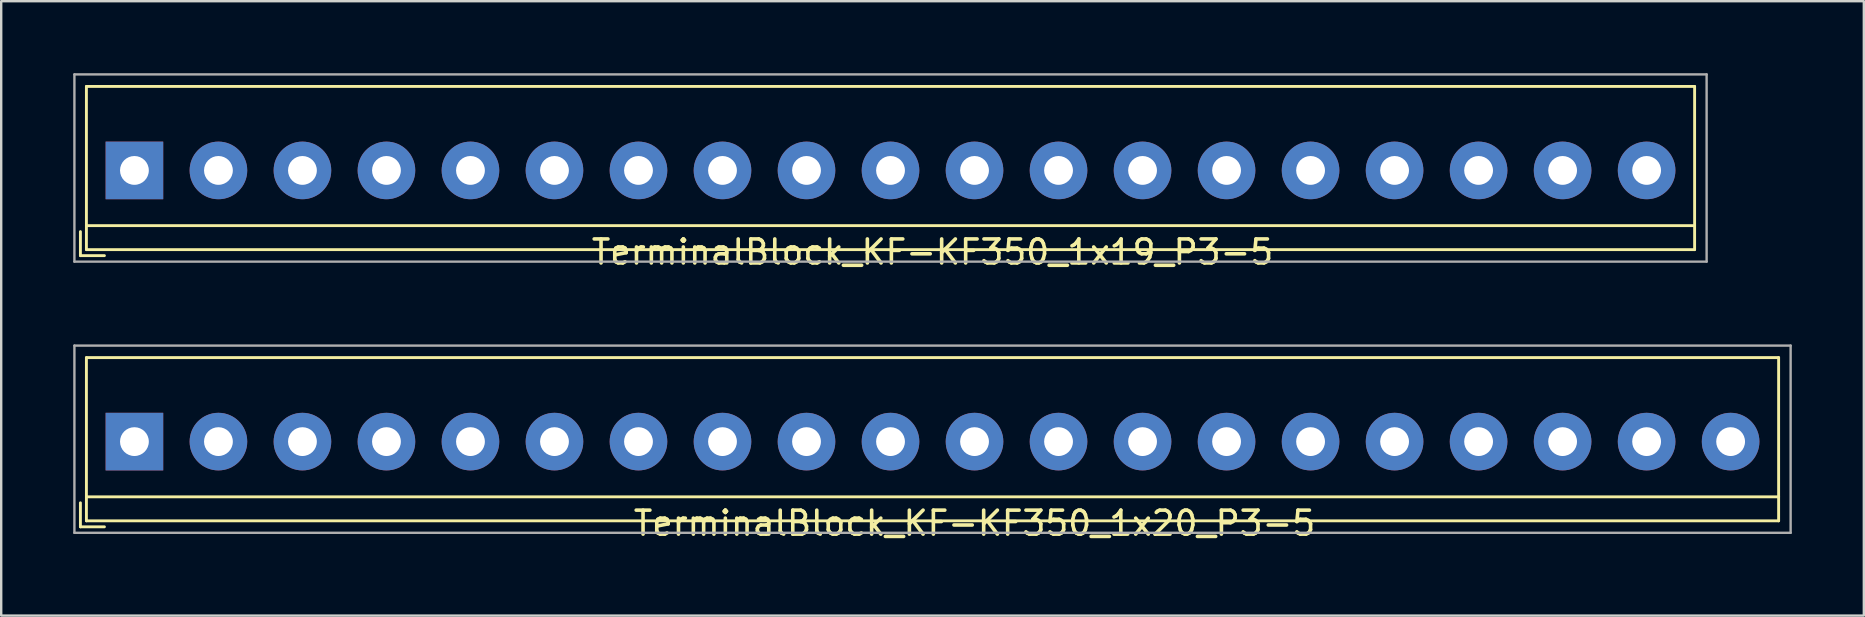
<source format=kicad_pcb>
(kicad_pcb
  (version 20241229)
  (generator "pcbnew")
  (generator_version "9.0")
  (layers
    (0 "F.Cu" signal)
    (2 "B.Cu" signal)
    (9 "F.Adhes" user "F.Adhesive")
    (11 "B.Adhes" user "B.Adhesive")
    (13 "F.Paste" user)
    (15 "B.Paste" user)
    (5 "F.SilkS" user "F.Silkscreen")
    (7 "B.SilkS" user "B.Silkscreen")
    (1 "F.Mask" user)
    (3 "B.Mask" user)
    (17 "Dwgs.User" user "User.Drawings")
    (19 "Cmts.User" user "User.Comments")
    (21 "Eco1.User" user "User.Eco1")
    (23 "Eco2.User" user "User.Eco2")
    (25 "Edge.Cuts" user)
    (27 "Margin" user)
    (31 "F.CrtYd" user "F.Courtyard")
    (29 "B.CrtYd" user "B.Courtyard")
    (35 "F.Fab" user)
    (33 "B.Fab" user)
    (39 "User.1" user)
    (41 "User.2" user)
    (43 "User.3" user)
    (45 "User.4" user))
  (footprint "TerminalBlock_KF-KF350_1x20_P3-5"
    (layer "F.Cu")
    (at 2.55 15.348)
    (property "Reference" "TerminalBlock_KF-KF350_1x20_P3-5" (at 35 3.4 0) (layer "F.SilkS") (effects (font (size 1 1) (thickness 0.15))))
    (attr through_hole)
    (fp_line (start -2.25 3.55) (end -2.25 2.55) (stroke (width 0.12) (type solid)) (layer "F.SilkS"))
    (fp_line (start -2.25 3.55) (end -1.25 3.55) (stroke (width 0.12) (type solid)) (layer "F.SilkS"))
    (fp_line (start -2 -3.5) (end 68.5 -3.5) (stroke (width 0.12) (type solid)) (layer "F.SilkS"))
    (fp_line (start -2 2.3) (end 68.5 2.3) (stroke (width 0.12) (type solid)) (layer "F.SilkS"))
    (fp_line (start -2 3.3) (end -2 -3.5) (stroke (width 0.12) (type solid)) (layer "F.SilkS"))
    (fp_line (start 68.5 3.3) (end -2 3.3) (stroke (width 0.12) (type solid)) (layer "F.SilkS"))
    (fp_line (start 68.5 3.3) (end 68.5 -3.5) (stroke (width 0.12) (type solid)) (layer "F.SilkS"))
    (fp_line (start -2.5 -4) (end 69 -4) (stroke (width 0.1) (type solid)) (layer "F.Fab"))
    (fp_line (start -2.5 3.8) (end -2.5 -4) (stroke (width 0.1) (type solid)) (layer "F.Fab"))
    (fp_line (start 69 3.8) (end -2.5 3.8) (stroke (width 0.1) (type solid)) (layer "F.Fab"))
    (fp_line (start 69 3.8) (end 69 -4) (stroke (width 0.1) (type solid)) (layer "F.Fab"))
    (pad "1" thru_hole rect (at 0 0) (size 2.4 2.4) (drill 1.2) (layers "*.Cu" "*.Mask"))
    (pad "2" thru_hole circle (at 3.5 0) (size 2.4 2.4) (drill 1.2) (layers "*.Cu" "*.Mask"))
    (pad "3" thru_hole circle (at 7 0) (size 2.4 2.4) (drill 1.2) (layers "*.Cu" "*.Mask"))
    (pad "4" thru_hole circle (at 10.5 0) (size 2.4 2.4) (drill 1.2) (layers "*.Cu" "*.Mask"))
    (pad "5" thru_hole circle (at 14 0) (size 2.4 2.4) (drill 1.2) (layers "*.Cu" "*.Mask"))
    (pad "6" thru_hole circle (at 17.5 0) (size 2.4 2.4) (drill 1.2) (layers "*.Cu" "*.Mask"))
    (pad "7" thru_hole circle (at 21 0) (size 2.4 2.4) (drill 1.2) (layers "*.Cu" "*.Mask"))
    (pad "8" thru_hole circle (at 24.5 0) (size 2.4 2.4) (drill 1.2) (layers "*.Cu" "*.Mask"))
    (pad "9" thru_hole circle (at 28 0) (size 2.4 2.4) (drill 1.2) (layers "*.Cu" "*.Mask"))
    (pad "10" thru_hole circle (at 31.5 0) (size 2.4 2.4) (drill 1.2) (layers "*.Cu" "*.Mask"))
    (pad "11" thru_hole circle (at 35 0) (size 2.4 2.4) (drill 1.2) (layers "*.Cu" "*.Mask"))
    (pad "12" thru_hole circle (at 38.5 0) (size 2.4 2.4) (drill 1.2) (layers "*.Cu" "*.Mask"))
    (pad "13" thru_hole circle (at 42 0) (size 2.4 2.4) (drill 1.2) (layers "*.Cu" "*.Mask"))
    (pad "14" thru_hole circle (at 45.5 0) (size 2.4 2.4) (drill 1.2) (layers "*.Cu" "*.Mask"))
    (pad "15" thru_hole circle (at 49 0) (size 2.4 2.4) (drill 1.2) (layers "*.Cu" "*.Mask"))
    (pad "16" thru_hole circle (at 52.5 0) (size 2.4 2.4) (drill 1.2) (layers "*.Cu" "*.Mask"))
    (pad "17" thru_hole circle (at 56 0) (size 2.4 2.4) (drill 1.2) (layers "*.Cu" "*.Mask"))
    (pad "18" thru_hole circle (at 59.5 0) (size 2.4 2.4) (drill 1.2) (layers "*.Cu" "*.Mask"))
    (pad "19" thru_hole circle (at 63 0) (size 2.4 2.4) (drill 1.2) (layers "*.Cu" "*.Mask"))
    (pad "20" thru_hole circle (at 66.5 0) (size 2.4 2.4) (drill 1.2) (layers "*.Cu" "*.Mask")))
  (footprint "TerminalBlock_KF-KF350_1x19_P3-5"
    (layer "F.Cu")
    (at 2.55 4.05)
    (property "Reference" "TerminalBlock_KF-KF350_1x19_P3-5" (at 33.25 3.4 0) (layer "F.SilkS") (effects (font (size 1 1) (thickness 0.15))))
    (attr through_hole)
    (fp_line (start -2.25 3.55) (end -2.25 2.55) (stroke (width 0.12) (type solid)) (layer "F.SilkS"))
    (fp_line (start -2.25 3.55) (end -1.25 3.55) (stroke (width 0.12) (type solid)) (layer "F.SilkS"))
    (fp_line (start -2 -3.5) (end 65 -3.5) (stroke (width 0.12) (type solid)) (layer "F.SilkS"))
    (fp_line (start -2 2.3) (end 65 2.3) (stroke (width 0.12) (type solid)) (layer "F.SilkS"))
    (fp_line (start -2 3.3) (end -2 -3.5) (stroke (width 0.12) (type solid)) (layer "F.SilkS"))
    (fp_line (start 65 3.3) (end -2 3.3) (stroke (width 0.12) (type solid)) (layer "F.SilkS"))
    (fp_line (start 65 3.3) (end 65 -3.5) (stroke (width 0.12) (type solid)) (layer "F.SilkS"))
    (fp_line (start -2.5 -4) (end 65.5 -4) (stroke (width 0.1) (type solid)) (layer "F.Fab"))
    (fp_line (start -2.5 3.8) (end -2.5 -4) (stroke (width 0.1) (type solid)) (layer "F.Fab"))
    (fp_line (start 65.5 3.8) (end -2.5 3.8) (stroke (width 0.1) (type solid)) (layer "F.Fab"))
    (fp_line (start 65.5 3.8) (end 65.5 -4) (stroke (width 0.1) (type solid)) (layer "F.Fab"))
    (pad "1" thru_hole rect (at 0 0) (size 2.4 2.4) (drill 1.2) (layers "*.Cu" "*.Mask"))
    (pad "2" thru_hole circle (at 3.5 0) (size 2.4 2.4) (drill 1.2) (layers "*.Cu" "*.Mask"))
    (pad "3" thru_hole circle (at 7 0) (size 2.4 2.4) (drill 1.2) (layers "*.Cu" "*.Mask"))
    (pad "4" thru_hole circle (at 10.5 0) (size 2.4 2.4) (drill 1.2) (layers "*.Cu" "*.Mask"))
    (pad "5" thru_hole circle (at 14 0) (size 2.4 2.4) (drill 1.2) (layers "*.Cu" "*.Mask"))
    (pad "6" thru_hole circle (at 17.5 0) (size 2.4 2.4) (drill 1.2) (layers "*.Cu" "*.Mask"))
    (pad "7" thru_hole circle (at 21 0) (size 2.4 2.4) (drill 1.2) (layers "*.Cu" "*.Mask"))
    (pad "8" thru_hole circle (at 24.5 0) (size 2.4 2.4) (drill 1.2) (layers "*.Cu" "*.Mask"))
    (pad "9" thru_hole circle (at 28 0) (size 2.4 2.4) (drill 1.2) (layers "*.Cu" "*.Mask"))
    (pad "10" thru_hole circle (at 31.5 0) (size 2.4 2.4) (drill 1.2) (layers "*.Cu" "*.Mask"))
    (pad "11" thru_hole circle (at 35 0) (size 2.4 2.4) (drill 1.2) (layers "*.Cu" "*.Mask"))
    (pad "12" thru_hole circle (at 38.5 0) (size 2.4 2.4) (drill 1.2) (layers "*.Cu" "*.Mask"))
    (pad "13" thru_hole circle (at 42 0) (size 2.4 2.4) (drill 1.2) (layers "*.Cu" "*.Mask"))
    (pad "14" thru_hole circle (at 45.5 0) (size 2.4 2.4) (drill 1.2) (layers "*.Cu" "*.Mask"))
    (pad "15" thru_hole circle (at 49 0) (size 2.4 2.4) (drill 1.2) (layers "*.Cu" "*.Mask"))
    (pad "16" thru_hole circle (at 52.5 0) (size 2.4 2.4) (drill 1.2) (layers "*.Cu" "*.Mask"))
    (pad "17" thru_hole circle (at 56 0) (size 2.4 2.4) (drill 1.2) (layers "*.Cu" "*.Mask"))
    (pad "18" thru_hole circle (at 59.5 0) (size 2.4 2.4) (drill 1.2) (layers "*.Cu" "*.Mask"))
    (pad "19" thru_hole circle (at 63 0) (size 2.4 2.4) (drill 1.2) (layers "*.Cu" "*.Mask")))
  (gr_rect
    (start -3 -3)
    (end 74.6 22.596)
    (stroke (width 0.1) (type default))
    (fill no)
    (layer "Edge.Cuts")))
</source>
